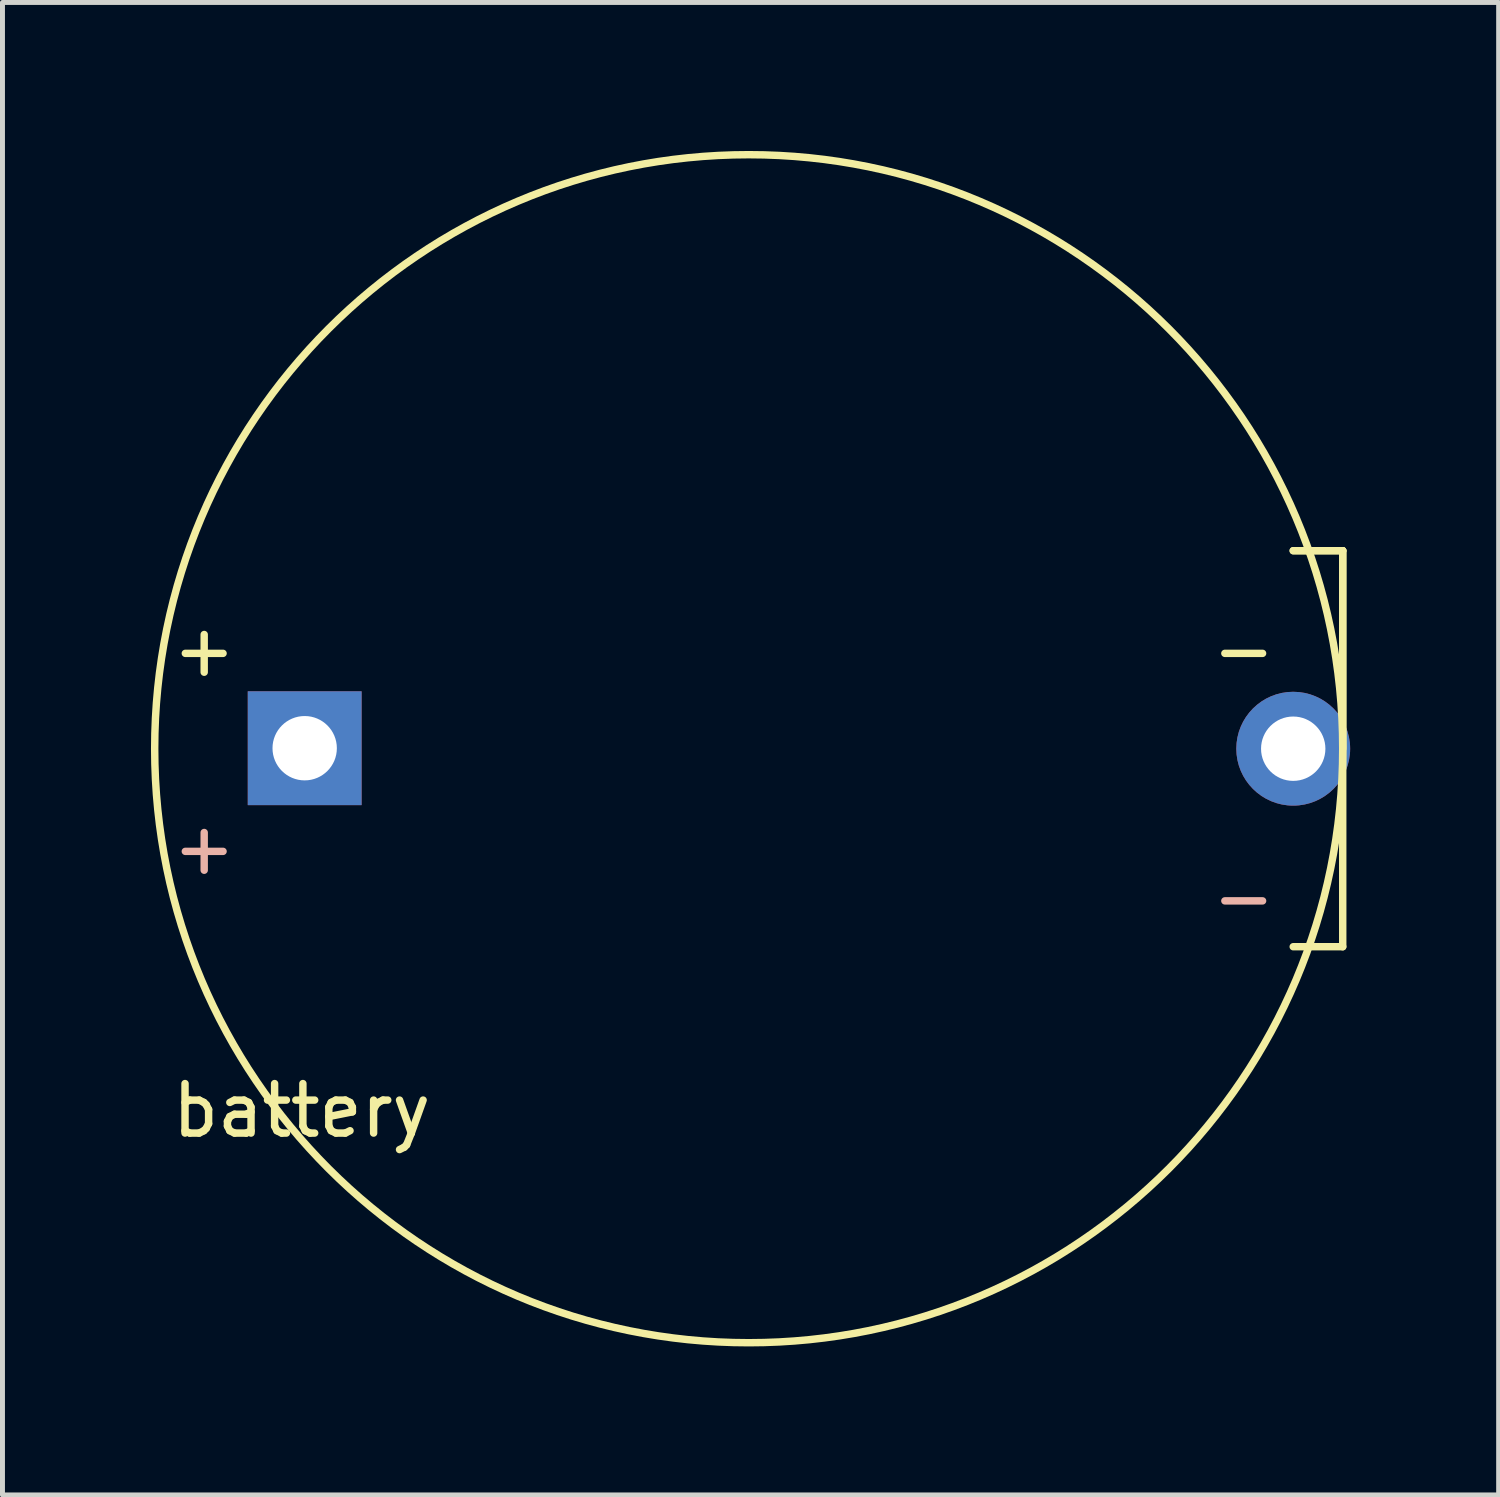
<source format=kicad_pcb>
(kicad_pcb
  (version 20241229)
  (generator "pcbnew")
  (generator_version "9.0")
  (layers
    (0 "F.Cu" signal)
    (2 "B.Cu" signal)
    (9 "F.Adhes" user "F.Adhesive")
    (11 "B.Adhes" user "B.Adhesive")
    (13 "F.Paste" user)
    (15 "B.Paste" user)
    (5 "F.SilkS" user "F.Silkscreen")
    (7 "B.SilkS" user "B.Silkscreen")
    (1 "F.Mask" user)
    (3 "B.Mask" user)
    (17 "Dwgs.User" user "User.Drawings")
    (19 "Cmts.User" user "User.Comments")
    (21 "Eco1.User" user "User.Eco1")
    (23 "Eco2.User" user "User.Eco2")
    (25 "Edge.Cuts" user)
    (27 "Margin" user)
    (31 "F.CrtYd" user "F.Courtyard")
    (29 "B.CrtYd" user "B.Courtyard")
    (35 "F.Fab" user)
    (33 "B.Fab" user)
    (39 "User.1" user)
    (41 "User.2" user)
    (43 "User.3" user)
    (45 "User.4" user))
  (footprint "battery"
    (layer "F.Cu")
    (at 3.075 12.075)
    (property "Reference" "battery" (at -0.03 7.31 0) (layer "F.SilkS") (effects (font (size 1 1) (thickness 0.15))))
    (attr through_hole)
    (fp_line (start 20 -4) (end 21 -4) (stroke (width 0.15) (type solid)) (layer "F.SilkS"))
    (fp_line (start 21 -4) (end 20 -4) (stroke (width 0.15) (type solid)) (layer "F.SilkS"))
    (fp_line (start 21 -4) (end 21 4) (stroke (width 0.15) (type solid)) (layer "F.SilkS"))
    (fp_line (start 21 0) (end 21 -4) (stroke (width 0.15) (type solid)) (layer "F.SilkS"))
    (fp_line (start 21 4) (end 20 4) (stroke (width 0.15) (type solid)) (layer "F.SilkS"))
    (fp_circle (center 9 0) (end 21 0) (stroke (width 0.15) (type solid)) (fill no) (layer "F.SilkS"))
    (fp_text user "+" (at -2 -2 0) (layer "F.SilkS") (effects (font (size 1 1) (thickness 0.15))))
    (fp_text user "-" (at 19 -2 0) (layer "F.SilkS") (effects (font (size 1 1) (thickness 0.15))))
    (fp_text user "-" (at 19 3 0) (layer "B.SilkS") (effects (font (size 1 1) (thickness 0.15))))
    (fp_text user "+" (at -2 2 0) (layer "B.SilkS") (effects (font (size 1 1) (thickness 0.15))))
    (pad "1" thru_hole circle (at 20 0) (size 2.3 2.3) (drill 1.3) (layers "*.Cu" "*.Mask"))
    (pad "2" thru_hole rect (at 0.03 -0.01) (size 2.3 2.3) (drill 1.3) (layers "*.Cu" "*.Mask")))
  (gr_rect
    (start -3 -3)
    (end 27.225 27.15)
    (stroke (width 0.1) (type default))
    (fill no)
    (layer "Edge.Cuts")))
</source>
